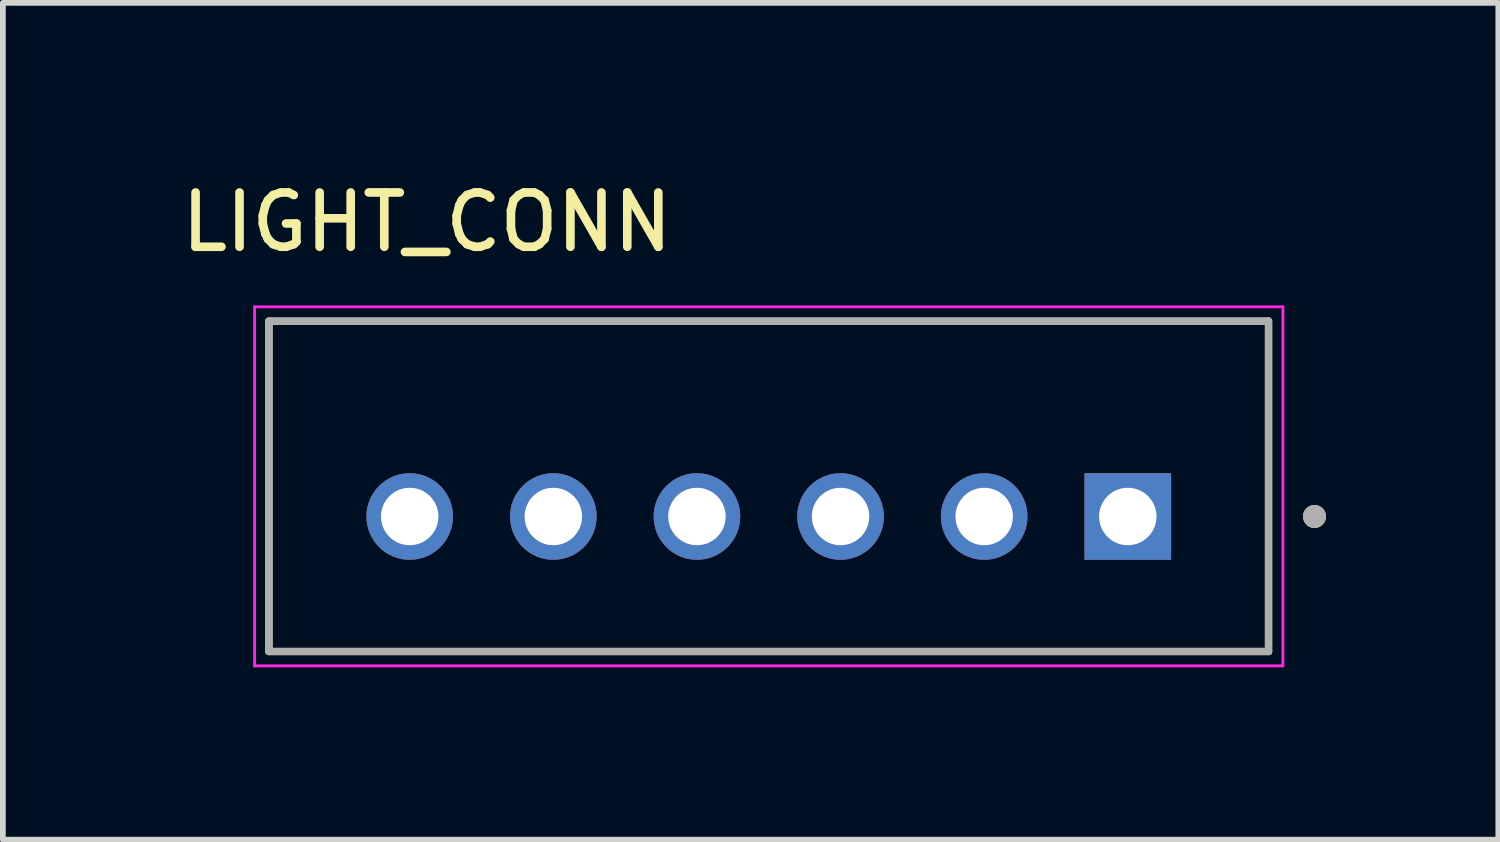
<source format=kicad_pcb>
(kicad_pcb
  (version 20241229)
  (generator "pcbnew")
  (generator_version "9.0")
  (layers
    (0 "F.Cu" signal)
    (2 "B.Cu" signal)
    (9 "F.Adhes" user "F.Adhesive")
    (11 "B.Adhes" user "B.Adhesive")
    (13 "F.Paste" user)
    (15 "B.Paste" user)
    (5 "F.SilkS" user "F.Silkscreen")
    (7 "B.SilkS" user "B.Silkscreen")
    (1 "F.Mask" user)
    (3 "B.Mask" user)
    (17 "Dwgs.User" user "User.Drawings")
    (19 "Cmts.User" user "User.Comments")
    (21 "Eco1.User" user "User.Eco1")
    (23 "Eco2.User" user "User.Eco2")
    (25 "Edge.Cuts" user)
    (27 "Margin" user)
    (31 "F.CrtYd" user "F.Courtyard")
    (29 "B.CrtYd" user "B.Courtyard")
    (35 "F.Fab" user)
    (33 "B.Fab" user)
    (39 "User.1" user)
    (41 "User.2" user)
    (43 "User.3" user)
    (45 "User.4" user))
  (footprint "LIGHT_CONN"
    (layer "F.Cu")
    (at 10.332 5.416)
    (property "Reference" "LIGHT_CONN" (at -5.95 -4.6 0) (layer "F.SilkS") (effects (font (size 0.945 0.945) (thickness 0.15))))
    (attr through_hole)
    (fp_line (start -8.7 -2.875) (end 8.7 -2.875) (stroke (width 0.127) (type solid)) (layer "F.SilkS"))
    (fp_line (start -8.7 2.875) (end -8.7 -2.875) (stroke (width 0.127) (type solid)) (layer "F.SilkS"))
    (fp_line (start 8.7 -2.875) (end 8.7 2.875) (stroke (width 0.127) (type solid)) (layer "F.SilkS"))
    (fp_line (start 8.7 2.875) (end -8.7 2.875) (stroke (width 0.127) (type solid)) (layer "F.SilkS"))
    (fp_circle (center 9.5 0.525) (end 9.6 0.525) (stroke (width 0.2) (type solid)) (fill no) (layer "F.SilkS"))
    (fp_line (start -8.95 -3.125) (end 8.95 -3.125) (stroke (width 0.05) (type solid)) (layer "F.CrtYd"))
    (fp_line (start -8.95 3.125) (end -8.95 -3.125) (stroke (width 0.05) (type solid)) (layer "F.CrtYd"))
    (fp_line (start 8.95 -3.125) (end 8.95 3.125) (stroke (width 0.05) (type solid)) (layer "F.CrtYd"))
    (fp_line (start 8.95 3.125) (end -8.95 3.125) (stroke (width 0.05) (type solid)) (layer "F.CrtYd"))
    (fp_line (start -8.7 -2.875) (end 8.7 -2.875) (stroke (width 0.127) (type solid)) (layer "F.Fab"))
    (fp_line (start -8.7 2.875) (end -8.7 -2.875) (stroke (width 0.127) (type solid)) (layer "F.Fab"))
    (fp_line (start 8.7 -2.875) (end 8.7 2.875) (stroke (width 0.127) (type solid)) (layer "F.Fab"))
    (fp_line (start 8.7 2.875) (end -8.7 2.875) (stroke (width 0.127) (type solid)) (layer "F.Fab"))
    (fp_circle (center 9.5 0.525) (end 9.6 0.525) (stroke (width 0.2) (type solid)) (fill no) (layer "F.Fab"))
    (pad "1" thru_hole rect (at 6.25 0.525) (size 1.508 1.508) (drill 1) (layers "*.Cu" "*.Mask"))
    (pad "2" thru_hole circle (at 3.75 0.525) (size 1.508 1.508) (drill 1) (layers "*.Cu" "*.Mask"))
    (pad "3" thru_hole circle (at 1.25 0.525) (size 1.508 1.508) (drill 1) (layers "*.Cu" "*.Mask"))
    (pad "4" thru_hole circle (at -1.25 0.525) (size 1.508 1.508) (drill 1) (layers "*.Cu" "*.Mask"))
    (pad "5" thru_hole circle (at -3.75 0.525) (size 1.508 1.508) (drill 1) (layers "*.Cu" "*.Mask"))
    (pad "6" thru_hole circle (at -6.25 0.525) (size 1.508 1.508) (drill 1) (layers "*.Cu" "*.Mask")))
  (gr_rect
    (start -3 -3)
    (end 23.032 11.566)
    (stroke (width 0.1) (type default))
    (fill no)
    (layer "Edge.Cuts")))
</source>
